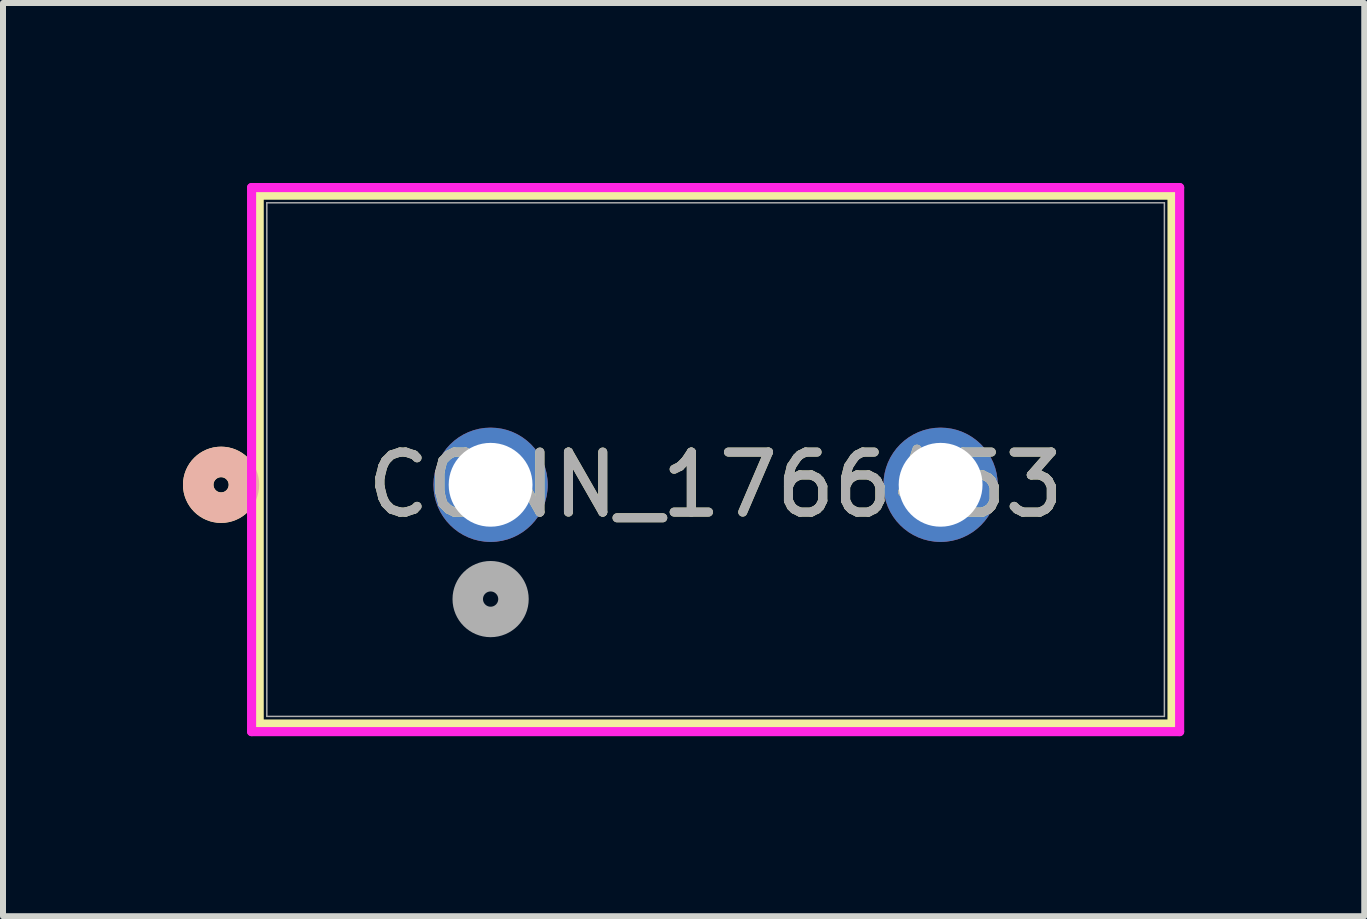
<source format=kicad_pcb>
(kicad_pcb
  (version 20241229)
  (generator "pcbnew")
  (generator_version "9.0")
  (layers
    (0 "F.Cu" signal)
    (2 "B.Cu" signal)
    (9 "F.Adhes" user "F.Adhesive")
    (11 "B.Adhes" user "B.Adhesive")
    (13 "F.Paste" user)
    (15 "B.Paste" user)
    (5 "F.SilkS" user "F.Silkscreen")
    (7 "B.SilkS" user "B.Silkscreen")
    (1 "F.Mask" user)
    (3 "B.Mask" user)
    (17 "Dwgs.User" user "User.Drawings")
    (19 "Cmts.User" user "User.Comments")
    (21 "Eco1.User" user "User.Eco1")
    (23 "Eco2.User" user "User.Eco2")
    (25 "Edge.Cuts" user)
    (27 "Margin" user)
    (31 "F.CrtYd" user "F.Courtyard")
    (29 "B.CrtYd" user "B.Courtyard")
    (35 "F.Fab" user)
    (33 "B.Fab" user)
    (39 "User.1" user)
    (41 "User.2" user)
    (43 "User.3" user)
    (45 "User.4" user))
  (footprint "CONN_1766453"
    (layer "F.Cu")
    (at 12.627 5.03)
    (property "Reference" "CONN_1766453" (at -3.75 0 0) (unlocked yes) (layer "F.SilkS") (effects (font (size 1 1) (thickness 0.15))))
    (attr through_hole)
    (fp_line (start -11.357 -4.827) (end -11.357 3.987) (stroke (width 0.152) (type solid)) (layer "F.SilkS"))
    (fp_line (start -11.357 3.987) (end 3.857 3.987) (stroke (width 0.152) (type solid)) (layer "F.SilkS"))
    (fp_line (start 3.857 -4.827) (end -11.357 -4.827) (stroke (width 0.152) (type solid)) (layer "F.SilkS"))
    (fp_line (start 3.857 3.987) (end 3.857 -4.827) (stroke (width 0.152) (type solid)) (layer "F.SilkS"))
    (fp_circle (center -11.992 0) (end -11.611 0) (stroke (width 0.508) (type solid)) (fill no) (layer "F.SilkS"))
    (fp_circle (center -11.992 0) (end -11.611 0) (stroke (width 0.508) (type solid)) (fill no) (layer "B.SilkS"))
    (fp_line (start -11.484 -4.954) (end -11.484 4.114) (stroke (width 0.152) (type solid)) (layer "F.CrtYd"))
    (fp_line (start -11.484 4.114) (end 3.984 4.114) (stroke (width 0.152) (type solid)) (layer "F.CrtYd"))
    (fp_line (start 3.984 -4.954) (end -11.484 -4.954) (stroke (width 0.152) (type solid)) (layer "F.CrtYd"))
    (fp_line (start 3.984 4.114) (end 3.984 -4.954) (stroke (width 0.152) (type solid)) (layer "F.CrtYd"))
    (fp_line (start -11.23 -4.7) (end -11.23 3.86) (stroke (width 0.025) (type solid)) (layer "F.Fab"))
    (fp_line (start -11.23 3.86) (end 3.73 3.86) (stroke (width 0.025) (type solid)) (layer "F.Fab"))
    (fp_line (start 3.73 -4.7) (end -11.23 -4.7) (stroke (width 0.025) (type solid)) (layer "F.Fab"))
    (fp_line (start 3.73 3.86) (end 3.73 -4.7) (stroke (width 0.025) (type solid)) (layer "F.Fab"))
    (fp_circle (center -7.5 1.905) (end -7.119 1.905) (stroke (width 0.508) (type solid)) (fill no) (layer "F.Fab"))
    (fp_text user "${REFERENCE}" (at -3.75 0 0) (unlocked yes) (layer "F.Fab") (effects (font (size 1 1) (thickness 0.15))))
    (pad "1" thru_hole circle (at -7.5 0) (size 1.905 1.905) (drill 1.397) (layers "*.Cu" "*.Mask"))
    (pad "2" thru_hole circle (at 0 0) (size 1.905 1.905) (drill 1.397) (layers "*.Cu" "*.Mask")))
  (gr_rect
    (start -3 -3)
    (end 19.688 12.22)
    (stroke (width 0.1) (type default))
    (fill no)
    (layer "Edge.Cuts")))
</source>
